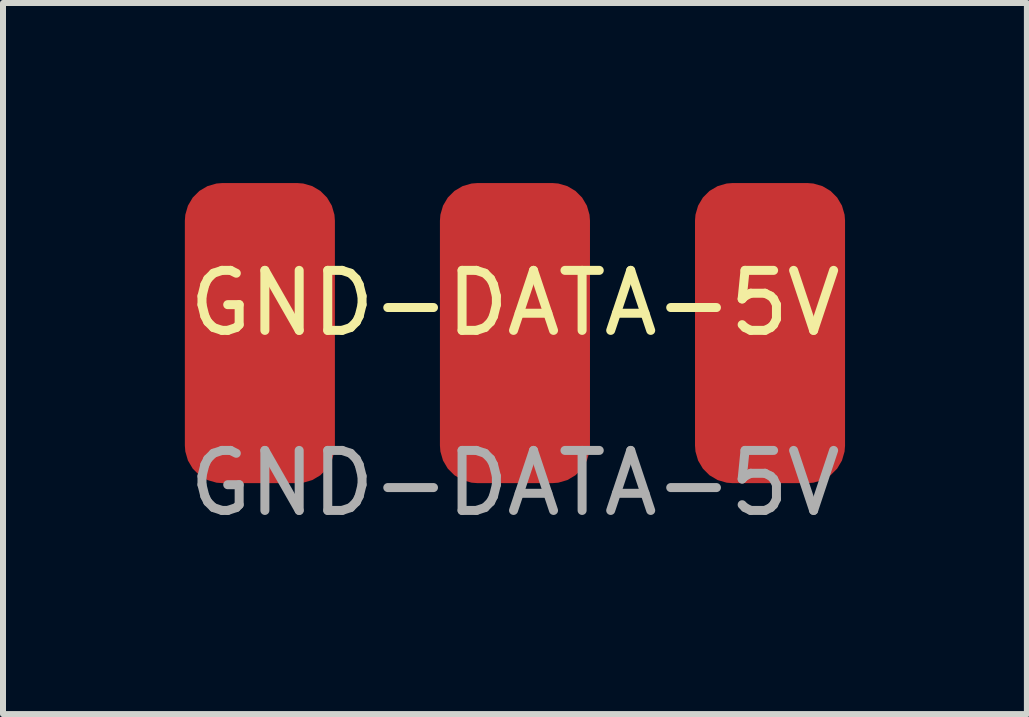
<source format=kicad_pcb>
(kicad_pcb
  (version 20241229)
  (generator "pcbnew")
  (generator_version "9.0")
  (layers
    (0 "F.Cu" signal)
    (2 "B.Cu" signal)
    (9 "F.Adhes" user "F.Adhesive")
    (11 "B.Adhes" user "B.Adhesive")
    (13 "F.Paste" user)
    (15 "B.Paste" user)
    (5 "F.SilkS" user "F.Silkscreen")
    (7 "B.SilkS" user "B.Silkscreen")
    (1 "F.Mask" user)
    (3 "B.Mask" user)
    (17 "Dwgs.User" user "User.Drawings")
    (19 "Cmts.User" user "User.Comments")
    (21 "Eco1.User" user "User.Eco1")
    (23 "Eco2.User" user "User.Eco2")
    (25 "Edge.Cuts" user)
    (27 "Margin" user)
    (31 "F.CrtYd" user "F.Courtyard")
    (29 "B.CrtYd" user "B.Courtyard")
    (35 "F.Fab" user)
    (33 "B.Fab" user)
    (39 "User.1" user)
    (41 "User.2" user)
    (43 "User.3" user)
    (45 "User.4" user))
  (footprint "GND-DATA-5V"
    (layer "F.Cu")
    (at 5.53 2.5)
    (property "Reference" "GND-DATA-5V" (at 0 -0.5 0) (unlocked yes) (layer "F.SilkS") (effects (font (size 1 1) (thickness 0.15))))
    (attr smd)
    (fp_text user "${REFERENCE}" (at 0 2.5 0) (unlocked yes) (layer "F.Fab") (effects (font (size 1 1) (thickness 0.15))))
    (pad "1" smd roundrect (at -4.25 0) (size 2.5 5) (layers "F.Cu" "F.Mask" "F.Paste") (roundrect_rratio 0.25))
    (pad "2" smd roundrect (at 0 0) (size 2.5 5) (layers "F.Cu" "F.Mask" "F.Paste") (roundrect_rratio 0.25))
    (pad "3" smd roundrect (at 4.25 0) (size 2.5 5) (layers "F.Cu" "F.Mask" "F.Paste") (roundrect_rratio 0.25)))
  (gr_rect
    (start -3 -3)
    (end 14.06 8.848)
    (stroke (width 0.1) (type default))
    (fill no)
    (layer "Edge.Cuts")))
</source>
